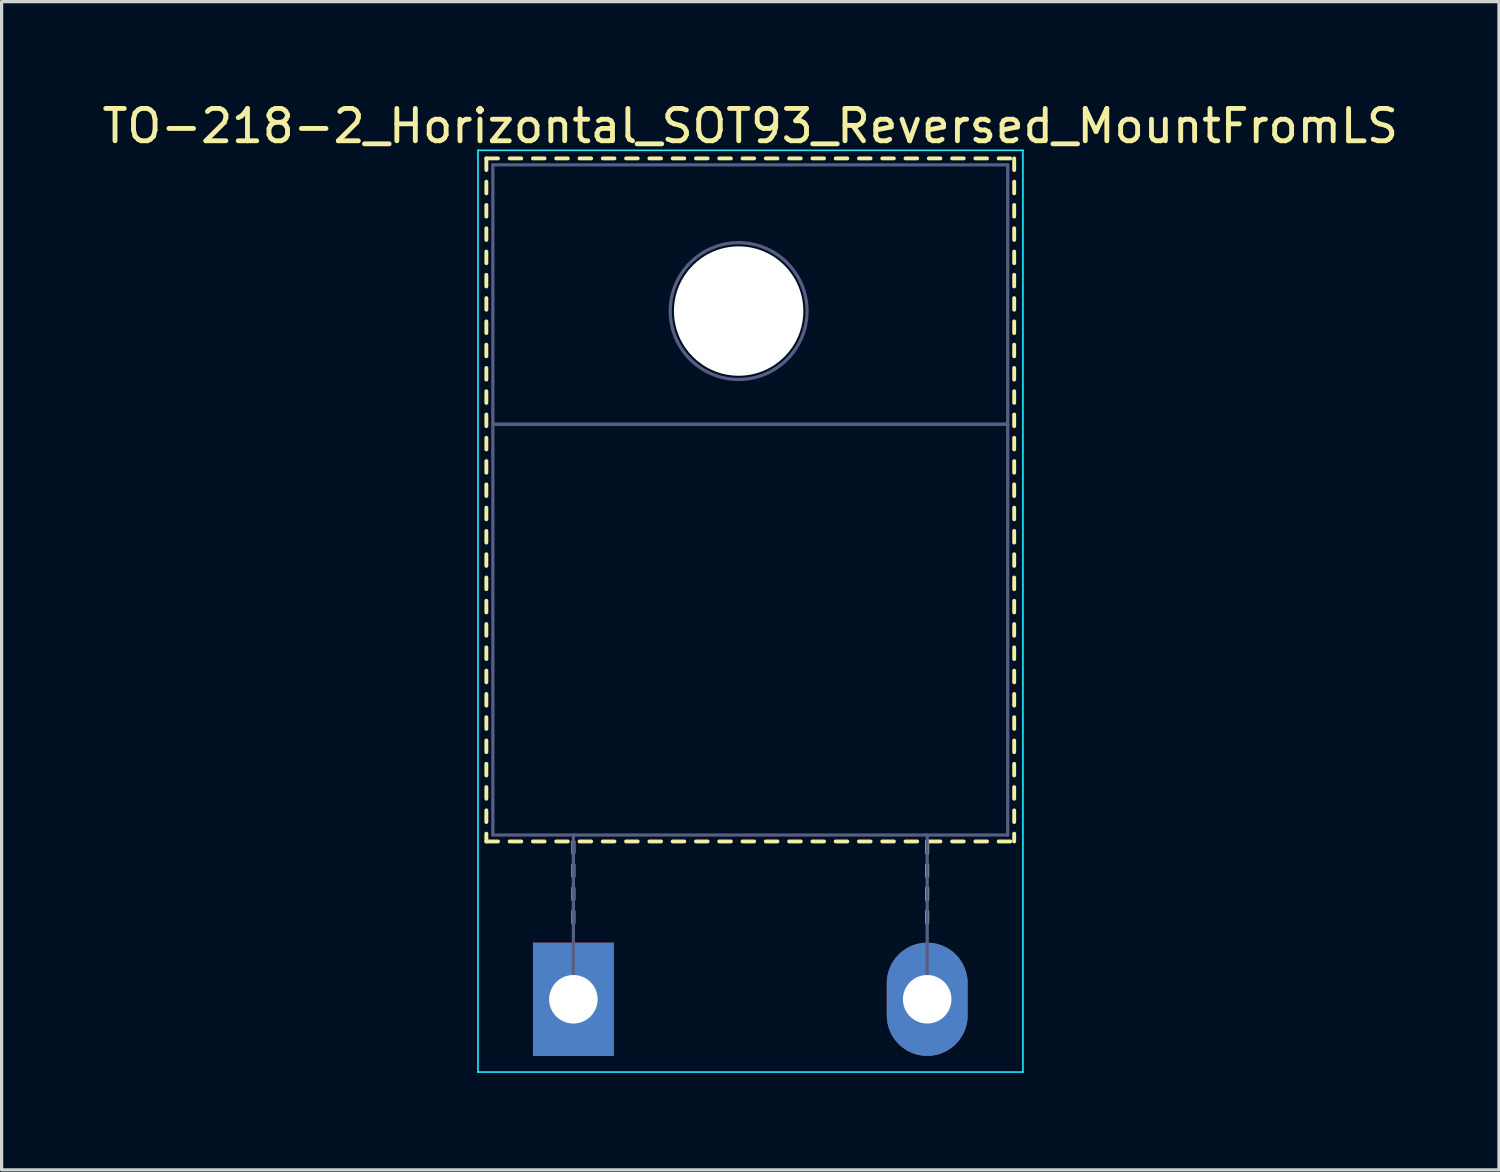
<source format=kicad_pcb>
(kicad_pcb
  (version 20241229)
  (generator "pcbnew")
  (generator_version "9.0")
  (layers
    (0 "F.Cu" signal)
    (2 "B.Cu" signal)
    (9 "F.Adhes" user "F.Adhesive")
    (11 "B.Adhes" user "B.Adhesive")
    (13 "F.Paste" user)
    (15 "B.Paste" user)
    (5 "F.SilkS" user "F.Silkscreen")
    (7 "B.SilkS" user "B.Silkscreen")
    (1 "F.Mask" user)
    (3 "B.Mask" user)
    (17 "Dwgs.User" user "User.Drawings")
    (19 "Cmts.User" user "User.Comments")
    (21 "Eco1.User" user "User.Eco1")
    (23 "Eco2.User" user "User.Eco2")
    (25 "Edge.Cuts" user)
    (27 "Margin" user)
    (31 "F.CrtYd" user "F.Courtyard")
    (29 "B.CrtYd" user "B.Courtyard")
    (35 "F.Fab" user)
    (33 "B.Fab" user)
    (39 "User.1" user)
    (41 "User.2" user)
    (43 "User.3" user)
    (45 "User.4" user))
  (footprint "TO-218-2_Horizontal_SOT93_Reversed_MountFromLS"
    (layer "F.Cu")
    (at 14.679 27.848)
    (property "Reference" "TO-218-2_Horizontal_SOT93_Reversed_MountFromLS" (at 5.47 -27 0) (layer "F.SilkS") (effects (font (size 1 1) (thickness 0.15))))
    (attr through_hole)
    (fp_line (start -2.691 -26) (end -2.691 -25.64) (stroke (width 0.12) (type solid)) (layer "F.SilkS"))
    (fp_line (start -2.691 -26) (end -2.331 -26) (stroke (width 0.12) (type solid)) (layer "F.SilkS"))
    (fp_line (start -2.691 -25.28) (end -2.691 -24.92) (stroke (width 0.12) (type solid)) (layer "F.SilkS"))
    (fp_line (start -2.691 -24.56) (end -2.691 -24.2) (stroke (width 0.12) (type solid)) (layer "F.SilkS"))
    (fp_line (start -2.691 -23.84) (end -2.691 -23.48) (stroke (width 0.12) (type solid)) (layer "F.SilkS"))
    (fp_line (start -2.691 -23.12) (end -2.691 -22.76) (stroke (width 0.12) (type solid)) (layer "F.SilkS"))
    (fp_line (start -2.691 -22.4) (end -2.691 -22.041) (stroke (width 0.12) (type solid)) (layer "F.SilkS"))
    (fp_line (start -2.691 -21.681) (end -2.691 -21.321) (stroke (width 0.12) (type solid)) (layer "F.SilkS"))
    (fp_line (start -2.691 -20.961) (end -2.691 -20.601) (stroke (width 0.12) (type solid)) (layer "F.SilkS"))
    (fp_line (start -2.691 -20.241) (end -2.691 -19.881) (stroke (width 0.12) (type solid)) (layer "F.SilkS"))
    (fp_line (start -2.691 -19.521) (end -2.691 -19.161) (stroke (width 0.12) (type solid)) (layer "F.SilkS"))
    (fp_line (start -2.691 -18.801) (end -2.691 -18.441) (stroke (width 0.12) (type solid)) (layer "F.SilkS"))
    (fp_line (start -2.691 -18.081) (end -2.691 -17.721) (stroke (width 0.12) (type solid)) (layer "F.SilkS"))
    (fp_line (start -2.691 -17.361) (end -2.691 -17.001) (stroke (width 0.12) (type solid)) (layer "F.SilkS"))
    (fp_line (start -2.691 -16.641) (end -2.691 -16.281) (stroke (width 0.12) (type solid)) (layer "F.SilkS"))
    (fp_line (start -2.691 -15.921) (end -2.691 -15.561) (stroke (width 0.12) (type solid)) (layer "F.SilkS"))
    (fp_line (start -2.691 -15.201) (end -2.691 -14.841) (stroke (width 0.12) (type solid)) (layer "F.SilkS"))
    (fp_line (start -2.691 -14.481) (end -2.691 -14.121) (stroke (width 0.12) (type solid)) (layer "F.SilkS"))
    (fp_line (start -2.691 -13.761) (end -2.691 -13.401) (stroke (width 0.12) (type solid)) (layer "F.SilkS"))
    (fp_line (start -2.691 -13.041) (end -2.691 -12.681) (stroke (width 0.12) (type solid)) (layer "F.SilkS"))
    (fp_line (start -2.691 -12.321) (end -2.691 -11.961) (stroke (width 0.12) (type solid)) (layer "F.SilkS"))
    (fp_line (start -2.691 -11.601) (end -2.691 -11.241) (stroke (width 0.12) (type solid)) (layer "F.SilkS"))
    (fp_line (start -2.691 -10.881) (end -2.691 -10.521) (stroke (width 0.12) (type solid)) (layer "F.SilkS"))
    (fp_line (start -2.691 -10.161) (end -2.691 -9.801) (stroke (width 0.12) (type solid)) (layer "F.SilkS"))
    (fp_line (start -2.691 -9.441) (end -2.691 -9.081) (stroke (width 0.12) (type solid)) (layer "F.SilkS"))
    (fp_line (start -2.691 -8.721) (end -2.691 -8.361) (stroke (width 0.12) (type solid)) (layer "F.SilkS"))
    (fp_line (start -2.691 -8.001) (end -2.691 -7.641) (stroke (width 0.12) (type solid)) (layer "F.SilkS"))
    (fp_line (start -2.691 -7.281) (end -2.691 -6.921) (stroke (width 0.12) (type solid)) (layer "F.SilkS"))
    (fp_line (start -2.691 -6.561) (end -2.691 -6.201) (stroke (width 0.12) (type solid)) (layer "F.SilkS"))
    (fp_line (start -2.691 -5.841) (end -2.691 -5.481) (stroke (width 0.12) (type solid)) (layer "F.SilkS"))
    (fp_line (start -2.691 -5.121) (end -2.691 -4.88) (stroke (width 0.12) (type solid)) (layer "F.SilkS"))
    (fp_line (start -2.691 -4.88) (end -2.331 -4.88) (stroke (width 0.12) (type solid)) (layer "F.SilkS"))
    (fp_line (start -1.971 -26) (end -1.611 -26) (stroke (width 0.12) (type solid)) (layer "F.SilkS"))
    (fp_line (start -1.971 -4.88) (end -1.611 -4.88) (stroke (width 0.12) (type solid)) (layer "F.SilkS"))
    (fp_line (start -1.251 -26) (end -0.891 -26) (stroke (width 0.12) (type solid)) (layer "F.SilkS"))
    (fp_line (start -1.251 -4.88) (end -0.891 -4.88) (stroke (width 0.12) (type solid)) (layer "F.SilkS"))
    (fp_line (start -0.531 -26) (end -0.171 -26) (stroke (width 0.12) (type solid)) (layer "F.SilkS"))
    (fp_line (start -0.531 -4.88) (end -0.171 -4.88) (stroke (width 0.12) (type solid)) (layer "F.SilkS"))
    (fp_line (start 0 -4.88) (end 0 -4.52) (stroke (width 0.12) (type solid)) (layer "F.SilkS"))
    (fp_line (start 0 -4.16) (end 0 -3.8) (stroke (width 0.12) (type solid)) (layer "F.SilkS"))
    (fp_line (start 0 -3.44) (end 0 -3.08) (stroke (width 0.12) (type solid)) (layer "F.SilkS"))
    (fp_line (start 0 -2.72) (end 0 -2.36) (stroke (width 0.12) (type solid)) (layer "F.SilkS"))
    (fp_line (start 0.19 -26) (end 0.55 -26) (stroke (width 0.12) (type solid)) (layer "F.SilkS"))
    (fp_line (start 0.19 -4.88) (end 0.55 -4.88) (stroke (width 0.12) (type solid)) (layer "F.SilkS"))
    (fp_line (start 0.91 -26) (end 1.27 -26) (stroke (width 0.12) (type solid)) (layer "F.SilkS"))
    (fp_line (start 0.91 -4.88) (end 1.27 -4.88) (stroke (width 0.12) (type solid)) (layer "F.SilkS"))
    (fp_line (start 1.63 -26) (end 1.99 -26) (stroke (width 0.12) (type solid)) (layer "F.SilkS"))
    (fp_line (start 1.63 -4.88) (end 1.99 -4.88) (stroke (width 0.12) (type solid)) (layer "F.SilkS"))
    (fp_line (start 2.35 -26) (end 2.71 -26) (stroke (width 0.12) (type solid)) (layer "F.SilkS"))
    (fp_line (start 2.35 -4.88) (end 2.71 -4.88) (stroke (width 0.12) (type solid)) (layer "F.SilkS"))
    (fp_line (start 3.07 -26) (end 3.43 -26) (stroke (width 0.12) (type solid)) (layer "F.SilkS"))
    (fp_line (start 3.07 -4.88) (end 3.43 -4.88) (stroke (width 0.12) (type solid)) (layer "F.SilkS"))
    (fp_line (start 3.79 -26) (end 4.15 -26) (stroke (width 0.12) (type solid)) (layer "F.SilkS"))
    (fp_line (start 3.79 -4.88) (end 4.15 -4.88) (stroke (width 0.12) (type solid)) (layer "F.SilkS"))
    (fp_line (start 4.51 -26) (end 4.87 -26) (stroke (width 0.12) (type solid)) (layer "F.SilkS"))
    (fp_line (start 4.51 -4.88) (end 4.87 -4.88) (stroke (width 0.12) (type solid)) (layer "F.SilkS"))
    (fp_line (start 5.23 -26) (end 5.59 -26) (stroke (width 0.12) (type solid)) (layer "F.SilkS"))
    (fp_line (start 5.23 -4.88) (end 5.59 -4.88) (stroke (width 0.12) (type solid)) (layer "F.SilkS"))
    (fp_line (start 5.95 -26) (end 6.31 -26) (stroke (width 0.12) (type solid)) (layer "F.SilkS"))
    (fp_line (start 5.95 -4.88) (end 6.31 -4.88) (stroke (width 0.12) (type solid)) (layer "F.SilkS"))
    (fp_line (start 6.671 -26) (end 7.031 -26) (stroke (width 0.12) (type solid)) (layer "F.SilkS"))
    (fp_line (start 6.671 -4.88) (end 7.031 -4.88) (stroke (width 0.12) (type solid)) (layer "F.SilkS"))
    (fp_line (start 7.391 -26) (end 7.751 -26) (stroke (width 0.12) (type solid)) (layer "F.SilkS"))
    (fp_line (start 7.391 -4.88) (end 7.751 -4.88) (stroke (width 0.12) (type solid)) (layer "F.SilkS"))
    (fp_line (start 8.111 -26) (end 8.47 -26) (stroke (width 0.12) (type solid)) (layer "F.SilkS"))
    (fp_line (start 8.111 -4.88) (end 8.47 -4.88) (stroke (width 0.12) (type solid)) (layer "F.SilkS"))
    (fp_line (start 8.83 -26) (end 9.19 -26) (stroke (width 0.12) (type solid)) (layer "F.SilkS"))
    (fp_line (start 8.83 -4.88) (end 9.19 -4.88) (stroke (width 0.12) (type solid)) (layer "F.SilkS"))
    (fp_line (start 9.55 -26) (end 9.91 -26) (stroke (width 0.12) (type solid)) (layer "F.SilkS"))
    (fp_line (start 9.55 -4.88) (end 9.91 -4.88) (stroke (width 0.12) (type solid)) (layer "F.SilkS"))
    (fp_line (start 10.27 -26) (end 10.63 -26) (stroke (width 0.12) (type solid)) (layer "F.SilkS"))
    (fp_line (start 10.27 -4.88) (end 10.63 -4.88) (stroke (width 0.12) (type solid)) (layer "F.SilkS"))
    (fp_line (start 10.94 -4.88) (end 10.94 -4.52) (stroke (width 0.12) (type solid)) (layer "F.SilkS"))
    (fp_line (start 10.94 -4.16) (end 10.94 -3.8) (stroke (width 0.12) (type solid)) (layer "F.SilkS"))
    (fp_line (start 10.94 -3.44) (end 10.94 -3.08) (stroke (width 0.12) (type solid)) (layer "F.SilkS"))
    (fp_line (start 10.94 -2.72) (end 10.94 -2.36) (stroke (width 0.12) (type solid)) (layer "F.SilkS"))
    (fp_line (start 10.99 -26) (end 11.35 -26) (stroke (width 0.12) (type solid)) (layer "F.SilkS"))
    (fp_line (start 10.99 -4.88) (end 11.35 -4.88) (stroke (width 0.12) (type solid)) (layer "F.SilkS"))
    (fp_line (start 11.71 -26) (end 12.07 -26) (stroke (width 0.12) (type solid)) (layer "F.SilkS"))
    (fp_line (start 11.71 -4.88) (end 12.07 -4.88) (stroke (width 0.12) (type solid)) (layer "F.SilkS"))
    (fp_line (start 12.43 -26) (end 12.79 -26) (stroke (width 0.12) (type solid)) (layer "F.SilkS"))
    (fp_line (start 12.43 -4.88) (end 12.79 -4.88) (stroke (width 0.12) (type solid)) (layer "F.SilkS"))
    (fp_line (start 13.15 -26) (end 13.51 -26) (stroke (width 0.12) (type solid)) (layer "F.SilkS"))
    (fp_line (start 13.15 -4.88) (end 13.51 -4.88) (stroke (width 0.12) (type solid)) (layer "F.SilkS"))
    (fp_line (start 13.63 -26) (end 13.63 -25.64) (stroke (width 0.12) (type solid)) (layer "F.SilkS"))
    (fp_line (start 13.63 -25.28) (end 13.63 -24.92) (stroke (width 0.12) (type solid)) (layer "F.SilkS"))
    (fp_line (start 13.63 -24.56) (end 13.63 -24.2) (stroke (width 0.12) (type solid)) (layer "F.SilkS"))
    (fp_line (start 13.63 -23.84) (end 13.63 -23.48) (stroke (width 0.12) (type solid)) (layer "F.SilkS"))
    (fp_line (start 13.63 -23.12) (end 13.63 -22.76) (stroke (width 0.12) (type solid)) (layer "F.SilkS"))
    (fp_line (start 13.63 -22.4) (end 13.63 -22.041) (stroke (width 0.12) (type solid)) (layer "F.SilkS"))
    (fp_line (start 13.63 -21.681) (end 13.63 -21.321) (stroke (width 0.12) (type solid)) (layer "F.SilkS"))
    (fp_line (start 13.63 -20.961) (end 13.63 -20.601) (stroke (width 0.12) (type solid)) (layer "F.SilkS"))
    (fp_line (start 13.63 -20.241) (end 13.63 -19.881) (stroke (width 0.12) (type solid)) (layer "F.SilkS"))
    (fp_line (start 13.63 -19.521) (end 13.63 -19.161) (stroke (width 0.12) (type solid)) (layer "F.SilkS"))
    (fp_line (start 13.63 -18.801) (end 13.63 -18.441) (stroke (width 0.12) (type solid)) (layer "F.SilkS"))
    (fp_line (start 13.63 -18.081) (end 13.63 -17.721) (stroke (width 0.12) (type solid)) (layer "F.SilkS"))
    (fp_line (start 13.63 -17.361) (end 13.63 -17.001) (stroke (width 0.12) (type solid)) (layer "F.SilkS"))
    (fp_line (start 13.63 -16.641) (end 13.63 -16.281) (stroke (width 0.12) (type solid)) (layer "F.SilkS"))
    (fp_line (start 13.63 -15.921) (end 13.63 -15.561) (stroke (width 0.12) (type solid)) (layer "F.SilkS"))
    (fp_line (start 13.63 -15.201) (end 13.63 -14.841) (stroke (width 0.12) (type solid)) (layer "F.SilkS"))
    (fp_line (start 13.63 -14.481) (end 13.63 -14.121) (stroke (width 0.12) (type solid)) (layer "F.SilkS"))
    (fp_line (start 13.63 -13.761) (end 13.63 -13.401) (stroke (width 0.12) (type solid)) (layer "F.SilkS"))
    (fp_line (start 13.63 -13.041) (end 13.63 -12.681) (stroke (width 0.12) (type solid)) (layer "F.SilkS"))
    (fp_line (start 13.63 -12.321) (end 13.63 -11.961) (stroke (width 0.12) (type solid)) (layer "F.SilkS"))
    (fp_line (start 13.63 -11.601) (end 13.63 -11.241) (stroke (width 0.12) (type solid)) (layer "F.SilkS"))
    (fp_line (start 13.63 -10.881) (end 13.63 -10.521) (stroke (width 0.12) (type solid)) (layer "F.SilkS"))
    (fp_line (start 13.63 -10.161) (end 13.63 -9.801) (stroke (width 0.12) (type solid)) (layer "F.SilkS"))
    (fp_line (start 13.63 -9.441) (end 13.63 -9.081) (stroke (width 0.12) (type solid)) (layer "F.SilkS"))
    (fp_line (start 13.63 -8.721) (end 13.63 -8.361) (stroke (width 0.12) (type solid)) (layer "F.SilkS"))
    (fp_line (start 13.63 -8.001) (end 13.63 -7.641) (stroke (width 0.12) (type solid)) (layer "F.SilkS"))
    (fp_line (start 13.63 -7.281) (end 13.63 -6.921) (stroke (width 0.12) (type solid)) (layer "F.SilkS"))
    (fp_line (start 13.63 -6.561) (end 13.63 -6.201) (stroke (width 0.12) (type solid)) (layer "F.SilkS"))
    (fp_line (start 13.63 -5.841) (end 13.63 -5.481) (stroke (width 0.12) (type solid)) (layer "F.SilkS"))
    (fp_line (start 13.63 -5.121) (end 13.63 -4.88) (stroke (width 0.12) (type solid)) (layer "F.SilkS"))
    (fp_line (start -2.95 -26.25) (end -2.95 2.25) (stroke (width 0.05) (type solid)) (layer "B.CrtYd"))
    (fp_line (start -2.95 2.25) (end 13.9 2.25) (stroke (width 0.05) (type solid)) (layer "B.CrtYd"))
    (fp_line (start 13.9 -26.25) (end -2.95 -26.25) (stroke (width 0.05) (type solid)) (layer "B.CrtYd"))
    (fp_line (start 13.9 2.25) (end 13.9 -26.25) (stroke (width 0.05) (type solid)) (layer "B.CrtYd"))
    (fp_line (start -2.49 -25.8) (end 13.43 -25.8) (stroke (width 0.1) (type solid)) (layer "B.Fab"))
    (fp_line (start -2.49 -17.78) (end -2.49 -25.8) (stroke (width 0.1) (type solid)) (layer "B.Fab"))
    (fp_line (start -2.49 -17.78) (end 13.43 -17.78) (stroke (width 0.1) (type solid)) (layer "B.Fab"))
    (fp_line (start -2.49 -5.08) (end -2.49 -17.78) (stroke (width 0.1) (type solid)) (layer "B.Fab"))
    (fp_line (start 0 -5.08) (end 0 0) (stroke (width 0.1) (type solid)) (layer "B.Fab"))
    (fp_line (start 10.94 -5.08) (end 10.94 0) (stroke (width 0.1) (type solid)) (layer "B.Fab"))
    (fp_line (start 13.43 -25.8) (end 13.43 -17.78) (stroke (width 0.1) (type solid)) (layer "B.Fab"))
    (fp_line (start 13.43 -17.78) (end -2.49 -17.78) (stroke (width 0.1) (type solid)) (layer "B.Fab"))
    (fp_line (start 13.43 -17.78) (end 13.43 -5.08) (stroke (width 0.1) (type solid)) (layer "B.Fab"))
    (fp_line (start 13.43 -5.08) (end -2.49 -5.08) (stroke (width 0.1) (type solid)) (layer "B.Fab"))
    (fp_circle (center 5.11 -21.28) (end 7.225 -21.28) (stroke (width 0.1) (type solid)) (fill no) (layer "B.Fab"))
    (pad "" np_thru_hole oval (at 5.11 -21.28) (size 4 4) (drill 4) (layers "*.Cu" "*.Mask"))
    (pad "1" thru_hole rect (at 0 0) (size 2.5 3.5) (drill 1.5) (layers "*.Cu" "*.Mask"))
    (pad "2" thru_hole oval (at 10.94 0) (size 2.5 3.5) (drill 1.5) (layers "*.Cu" "*.Mask")))
  (gr_rect
    (start -3 -3)
    (end 43.298 33.123)
    (stroke (width 0.1) (type default))
    (fill no)
    (layer "Edge.Cuts")))
</source>
